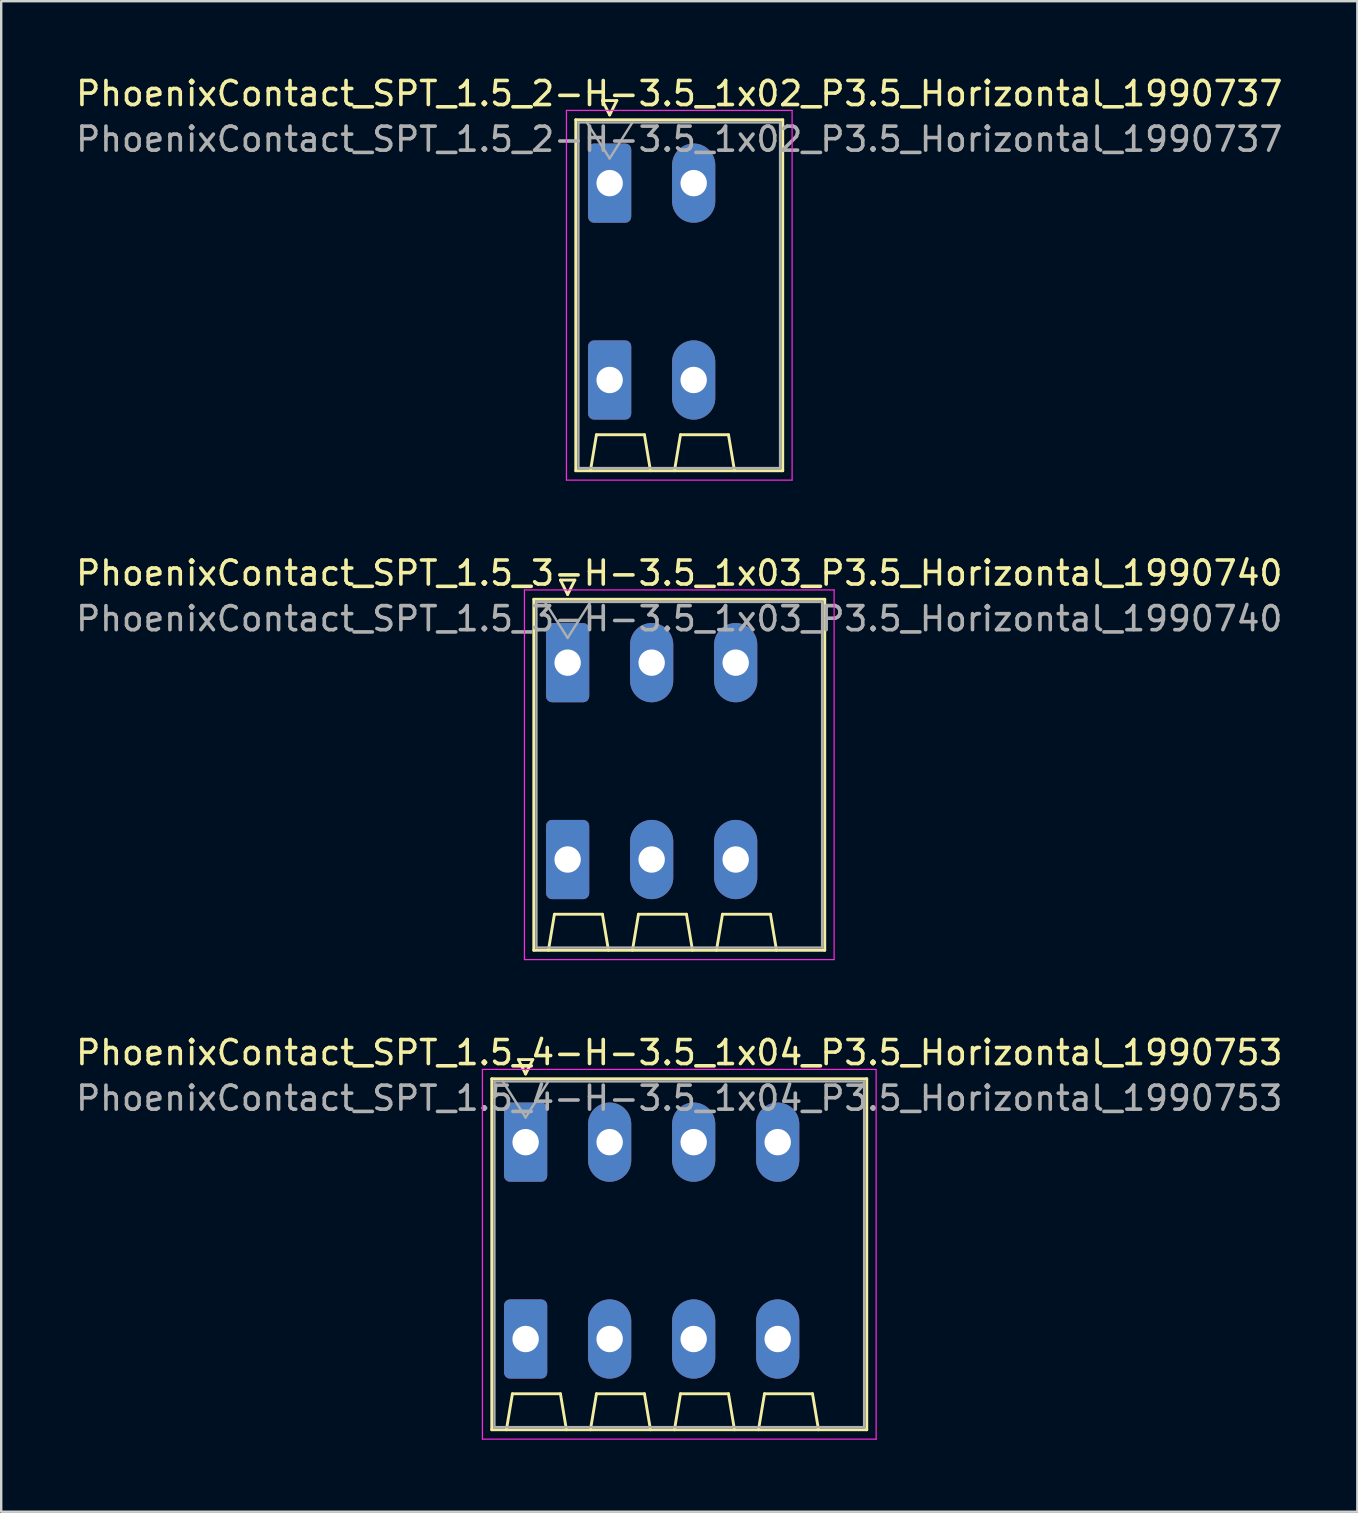
<source format=kicad_pcb>
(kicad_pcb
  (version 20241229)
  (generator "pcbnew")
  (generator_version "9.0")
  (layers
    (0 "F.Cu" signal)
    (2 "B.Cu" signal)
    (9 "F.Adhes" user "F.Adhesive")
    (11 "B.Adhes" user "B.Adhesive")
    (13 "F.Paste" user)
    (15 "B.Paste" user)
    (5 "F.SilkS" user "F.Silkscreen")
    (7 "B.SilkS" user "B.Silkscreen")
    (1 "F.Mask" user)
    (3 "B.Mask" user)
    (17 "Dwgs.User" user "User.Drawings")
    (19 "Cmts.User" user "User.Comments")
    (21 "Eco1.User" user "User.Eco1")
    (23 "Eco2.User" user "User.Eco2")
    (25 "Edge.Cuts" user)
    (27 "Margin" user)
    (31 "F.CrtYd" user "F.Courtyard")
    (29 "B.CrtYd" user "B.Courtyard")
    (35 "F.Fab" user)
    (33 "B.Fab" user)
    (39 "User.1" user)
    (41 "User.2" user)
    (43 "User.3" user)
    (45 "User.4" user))
  (footprint "PhoenixContact_SPT_1.5_4-H-3.5_1x04_P3.5_Horizontal_1990753"
    (layer "F.Cu")
    (at 18.844 44.525)
    (property "Reference" "PhoenixContact_SPT_1.5_4-H-3.5_1x04_P3.5_Horizontal_1990753" (at 6.4 -3.73 0) (layer "F.SilkS") (effects (font (size 1 1) (thickness 0.15))))
    (attr through_hole)
    (fp_line (start -1.41 -2.64) (end 14.21 -2.64) (stroke (width 0.12) (type solid)) (layer "F.SilkS"))
    (fp_line (start -1.41 11.98) (end -1.41 -2.64) (stroke (width 0.12) (type solid)) (layer "F.SilkS"))
    (fp_line (start -0.8 11.98) (end -0.55 10.48) (stroke (width 0.12) (type solid)) (layer "F.SilkS"))
    (fp_line (start -0.55 10.48) (end 1.45 10.48) (stroke (width 0.12) (type solid)) (layer "F.SilkS"))
    (fp_line (start -0.3 -3.44) (end 0 -2.84) (stroke (width 0.12) (type solid)) (layer "F.SilkS"))
    (fp_line (start -0.3 -3.44) (end 0.3 -3.44) (stroke (width 0.12) (type solid)) (layer "F.SilkS"))
    (fp_line (start 0.3 -3.44) (end 0 -2.84) (stroke (width 0.12) (type solid)) (layer "F.SilkS"))
    (fp_line (start 1.7 11.98) (end 1.45 10.48) (stroke (width 0.12) (type solid)) (layer "F.SilkS"))
    (fp_line (start 2.7 11.98) (end 2.95 10.48) (stroke (width 0.12) (type solid)) (layer "F.SilkS"))
    (fp_line (start 2.95 10.48) (end 4.95 10.48) (stroke (width 0.12) (type solid)) (layer "F.SilkS"))
    (fp_line (start 5.2 11.98) (end 4.95 10.48) (stroke (width 0.12) (type solid)) (layer "F.SilkS"))
    (fp_line (start 6.2 11.98) (end 6.45 10.48) (stroke (width 0.12) (type solid)) (layer "F.SilkS"))
    (fp_line (start 6.45 10.48) (end 8.45 10.48) (stroke (width 0.12) (type solid)) (layer "F.SilkS"))
    (fp_line (start 8.7 11.98) (end 8.45 10.48) (stroke (width 0.12) (type solid)) (layer "F.SilkS"))
    (fp_line (start 9.7 11.98) (end 9.95 10.48) (stroke (width 0.12) (type solid)) (layer "F.SilkS"))
    (fp_line (start 9.95 10.48) (end 11.95 10.48) (stroke (width 0.12) (type solid)) (layer "F.SilkS"))
    (fp_line (start 12.2 11.98) (end 11.95 10.48) (stroke (width 0.12) (type solid)) (layer "F.SilkS"))
    (fp_line (start 14.21 -2.64) (end 14.21 11.98) (stroke (width 0.12) (type solid)) (layer "F.SilkS"))
    (fp_line (start 14.21 11.98) (end -1.41 11.98) (stroke (width 0.12) (type solid)) (layer "F.SilkS"))
    (fp_line (start -1.8 -3.03) (end -1.8 12.37) (stroke (width 0.05) (type solid)) (layer "F.CrtYd"))
    (fp_line (start -1.8 12.37) (end 14.6 12.37) (stroke (width 0.05) (type solid)) (layer "F.CrtYd"))
    (fp_line (start 14.6 -3.03) (end -1.8 -3.03) (stroke (width 0.05) (type solid)) (layer "F.CrtYd"))
    (fp_line (start 14.6 12.37) (end 14.6 -3.03) (stroke (width 0.05) (type solid)) (layer "F.CrtYd"))
    (fp_line (start -1.3 -2.53) (end -1.3 11.87) (stroke (width 0.1) (type solid)) (layer "F.Fab"))
    (fp_line (start -1.3 11.87) (end 14.1 11.87) (stroke (width 0.1) (type solid)) (layer "F.Fab"))
    (fp_line (start -0.95 -2.53) (end 0 -1.03) (stroke (width 0.1) (type solid)) (layer "F.Fab"))
    (fp_line (start 0.95 -2.53) (end 0 -1.03) (stroke (width 0.1) (type solid)) (layer "F.Fab"))
    (fp_line (start 14.1 -2.53) (end -1.3 -2.53) (stroke (width 0.1) (type solid)) (layer "F.Fab"))
    (fp_line (start 14.1 11.87) (end 14.1 -2.53) (stroke (width 0.1) (type solid)) (layer "F.Fab"))
    (fp_text user "${REFERENCE}" (at 6.4 -1.83 0) (layer "F.Fab") (effects (font (size 1 1) (thickness 0.15))))
    (pad "1" thru_hole roundrect (at 0 0) (size 1.8 3.3) (drill 1.1) (layers "*.Cu" "*.Mask") (roundrect_rratio 0.139))
    (pad "1" thru_hole roundrect (at 0 8.2) (size 1.8 3.3) (drill 1.1) (layers "*.Cu" "*.Mask") (roundrect_rratio 0.139))
    (pad "2" thru_hole oval (at 3.5 0) (size 1.8 3.3) (drill 1.1) (layers "*.Cu" "*.Mask"))
    (pad "2" thru_hole oval (at 3.5 8.2) (size 1.8 3.3) (drill 1.1) (layers "*.Cu" "*.Mask"))
    (pad "3" thru_hole oval (at 7 0) (size 1.8 3.3) (drill 1.1) (layers "*.Cu" "*.Mask"))
    (pad "3" thru_hole oval (at 7 8.2) (size 1.8 3.3) (drill 1.1) (layers "*.Cu" "*.Mask"))
    (pad "4" thru_hole oval (at 10.5 0) (size 1.8 3.3) (drill 1.1) (layers "*.Cu" "*.Mask"))
    (pad "4" thru_hole oval (at 10.5 8.2) (size 1.8 3.3) (drill 1.1) (layers "*.Cu" "*.Mask")))
  (footprint "PhoenixContact_SPT_1.5_3-H-3.5_1x03_P3.5_Horizontal_1990740"
    (layer "F.Cu")
    (at 20.594 24.552)
    (property "Reference" "PhoenixContact_SPT_1.5_3-H-3.5_1x03_P3.5_Horizontal_1990740" (at 4.65 -3.73 0) (layer "F.SilkS") (effects (font (size 1 1) (thickness 0.15))))
    (attr through_hole)
    (fp_line (start -1.41 -2.64) (end 10.71 -2.64) (stroke (width 0.12) (type solid)) (layer "F.SilkS"))
    (fp_line (start -1.41 11.98) (end -1.41 -2.64) (stroke (width 0.12) (type solid)) (layer "F.SilkS"))
    (fp_line (start -0.8 11.98) (end -0.55 10.48) (stroke (width 0.12) (type solid)) (layer "F.SilkS"))
    (fp_line (start -0.55 10.48) (end 1.45 10.48) (stroke (width 0.12) (type solid)) (layer "F.SilkS"))
    (fp_line (start -0.3 -3.44) (end 0 -2.84) (stroke (width 0.12) (type solid)) (layer "F.SilkS"))
    (fp_line (start -0.3 -3.44) (end 0.3 -3.44) (stroke (width 0.12) (type solid)) (layer "F.SilkS"))
    (fp_line (start 0.3 -3.44) (end 0 -2.84) (stroke (width 0.12) (type solid)) (layer "F.SilkS"))
    (fp_line (start 1.7 11.98) (end 1.45 10.48) (stroke (width 0.12) (type solid)) (layer "F.SilkS"))
    (fp_line (start 2.7 11.98) (end 2.95 10.48) (stroke (width 0.12) (type solid)) (layer "F.SilkS"))
    (fp_line (start 2.95 10.48) (end 4.95 10.48) (stroke (width 0.12) (type solid)) (layer "F.SilkS"))
    (fp_line (start 5.2 11.98) (end 4.95 10.48) (stroke (width 0.12) (type solid)) (layer "F.SilkS"))
    (fp_line (start 6.2 11.98) (end 6.45 10.48) (stroke (width 0.12) (type solid)) (layer "F.SilkS"))
    (fp_line (start 6.45 10.48) (end 8.45 10.48) (stroke (width 0.12) (type solid)) (layer "F.SilkS"))
    (fp_line (start 8.7 11.98) (end 8.45 10.48) (stroke (width 0.12) (type solid)) (layer "F.SilkS"))
    (fp_line (start 10.71 -2.64) (end 10.71 11.98) (stroke (width 0.12) (type solid)) (layer "F.SilkS"))
    (fp_line (start 10.71 11.98) (end -1.41 11.98) (stroke (width 0.12) (type solid)) (layer "F.SilkS"))
    (fp_line (start -1.8 -3.03) (end -1.8 12.37) (stroke (width 0.05) (type solid)) (layer "F.CrtYd"))
    (fp_line (start -1.8 12.37) (end 11.1 12.37) (stroke (width 0.05) (type solid)) (layer "F.CrtYd"))
    (fp_line (start 11.1 -3.03) (end -1.8 -3.03) (stroke (width 0.05) (type solid)) (layer "F.CrtYd"))
    (fp_line (start 11.1 12.37) (end 11.1 -3.03) (stroke (width 0.05) (type solid)) (layer "F.CrtYd"))
    (fp_line (start -1.3 -2.53) (end -1.3 11.87) (stroke (width 0.1) (type solid)) (layer "F.Fab"))
    (fp_line (start -1.3 11.87) (end 10.6 11.87) (stroke (width 0.1) (type solid)) (layer "F.Fab"))
    (fp_line (start -0.95 -2.53) (end 0 -1.03) (stroke (width 0.1) (type solid)) (layer "F.Fab"))
    (fp_line (start 0.95 -2.53) (end 0 -1.03) (stroke (width 0.1) (type solid)) (layer "F.Fab"))
    (fp_line (start 10.6 -2.53) (end -1.3 -2.53) (stroke (width 0.1) (type solid)) (layer "F.Fab"))
    (fp_line (start 10.6 11.87) (end 10.6 -2.53) (stroke (width 0.1) (type solid)) (layer "F.Fab"))
    (fp_text user "${REFERENCE}" (at 4.65 -1.83 0) (layer "F.Fab") (effects (font (size 1 1) (thickness 0.15))))
    (pad "1" thru_hole roundrect (at 0 0) (size 1.8 3.3) (drill 1.1) (layers "*.Cu" "*.Mask") (roundrect_rratio 0.139))
    (pad "1" thru_hole roundrect (at 0 8.2) (size 1.8 3.3) (drill 1.1) (layers "*.Cu" "*.Mask") (roundrect_rratio 0.139))
    (pad "2" thru_hole oval (at 3.5 0) (size 1.8 3.3) (drill 1.1) (layers "*.Cu" "*.Mask"))
    (pad "2" thru_hole oval (at 3.5 8.2) (size 1.8 3.3) (drill 1.1) (layers "*.Cu" "*.Mask"))
    (pad "3" thru_hole oval (at 7 0) (size 1.8 3.3) (drill 1.1) (layers "*.Cu" "*.Mask"))
    (pad "3" thru_hole oval (at 7 8.2) (size 1.8 3.3) (drill 1.1) (layers "*.Cu" "*.Mask")))
  (footprint "PhoenixContact_SPT_1.5_2-H-3.5_1x02_P3.5_Horizontal_1990737"
    (layer "F.Cu")
    (at 22.344 4.578)
    (property "Reference" "PhoenixContact_SPT_1.5_2-H-3.5_1x02_P3.5_Horizontal_1990737" (at 2.9 -3.73 0) (layer "F.SilkS") (effects (font (size 1 1) (thickness 0.15))))
    (attr through_hole)
    (fp_line (start -1.41 -2.64) (end 7.21 -2.64) (stroke (width 0.12) (type solid)) (layer "F.SilkS"))
    (fp_line (start -1.41 11.98) (end -1.41 -2.64) (stroke (width 0.12) (type solid)) (layer "F.SilkS"))
    (fp_line (start -0.8 11.98) (end -0.55 10.48) (stroke (width 0.12) (type solid)) (layer "F.SilkS"))
    (fp_line (start -0.55 10.48) (end 1.45 10.48) (stroke (width 0.12) (type solid)) (layer "F.SilkS"))
    (fp_line (start -0.3 -3.44) (end 0 -2.84) (stroke (width 0.12) (type solid)) (layer "F.SilkS"))
    (fp_line (start -0.3 -3.44) (end 0.3 -3.44) (stroke (width 0.12) (type solid)) (layer "F.SilkS"))
    (fp_line (start 0.3 -3.44) (end 0 -2.84) (stroke (width 0.12) (type solid)) (layer "F.SilkS"))
    (fp_line (start 1.7 11.98) (end 1.45 10.48) (stroke (width 0.12) (type solid)) (layer "F.SilkS"))
    (fp_line (start 2.7 11.98) (end 2.95 10.48) (stroke (width 0.12) (type solid)) (layer "F.SilkS"))
    (fp_line (start 2.95 10.48) (end 4.95 10.48) (stroke (width 0.12) (type solid)) (layer "F.SilkS"))
    (fp_line (start 5.2 11.98) (end 4.95 10.48) (stroke (width 0.12) (type solid)) (layer "F.SilkS"))
    (fp_line (start 7.21 -2.64) (end 7.21 11.98) (stroke (width 0.12) (type solid)) (layer "F.SilkS"))
    (fp_line (start 7.21 11.98) (end -1.41 11.98) (stroke (width 0.12) (type solid)) (layer "F.SilkS"))
    (fp_line (start -1.8 -3.03) (end -1.8 12.37) (stroke (width 0.05) (type solid)) (layer "F.CrtYd"))
    (fp_line (start -1.8 12.37) (end 7.6 12.37) (stroke (width 0.05) (type solid)) (layer "F.CrtYd"))
    (fp_line (start 7.6 -3.03) (end -1.8 -3.03) (stroke (width 0.05) (type solid)) (layer "F.CrtYd"))
    (fp_line (start 7.6 12.37) (end 7.6 -3.03) (stroke (width 0.05) (type solid)) (layer "F.CrtYd"))
    (fp_line (start -1.3 -2.53) (end -1.3 11.87) (stroke (width 0.1) (type solid)) (layer "F.Fab"))
    (fp_line (start -1.3 11.87) (end 7.1 11.87) (stroke (width 0.1) (type solid)) (layer "F.Fab"))
    (fp_line (start -0.95 -2.53) (end 0 -1.03) (stroke (width 0.1) (type solid)) (layer "F.Fab"))
    (fp_line (start 0.95 -2.53) (end 0 -1.03) (stroke (width 0.1) (type solid)) (layer "F.Fab"))
    (fp_line (start 7.1 -2.53) (end -1.3 -2.53) (stroke (width 0.1) (type solid)) (layer "F.Fab"))
    (fp_line (start 7.1 11.87) (end 7.1 -2.53) (stroke (width 0.1) (type solid)) (layer "F.Fab"))
    (fp_text user "${REFERENCE}" (at 2.9 -1.83 0) (layer "F.Fab") (effects (font (size 1 1) (thickness 0.15))))
    (pad "1" thru_hole roundrect (at 0 0) (size 1.8 3.3) (drill 1.1) (layers "*.Cu" "*.Mask") (roundrect_rratio 0.139))
    (pad "1" thru_hole roundrect (at 0 8.2) (size 1.8 3.3) (drill 1.1) (layers "*.Cu" "*.Mask") (roundrect_rratio 0.139))
    (pad "2" thru_hole oval (at 3.5 0) (size 1.8 3.3) (drill 1.1) (layers "*.Cu" "*.Mask"))
    (pad "2" thru_hole oval (at 3.5 8.2) (size 1.8 3.3) (drill 1.1) (layers "*.Cu" "*.Mask")))
  (gr_rect
    (start -3 -3)
    (end 53.488 59.92)
    (stroke (width 0.1) (type default))
    (fill no)
    (layer "Edge.Cuts")))
</source>
